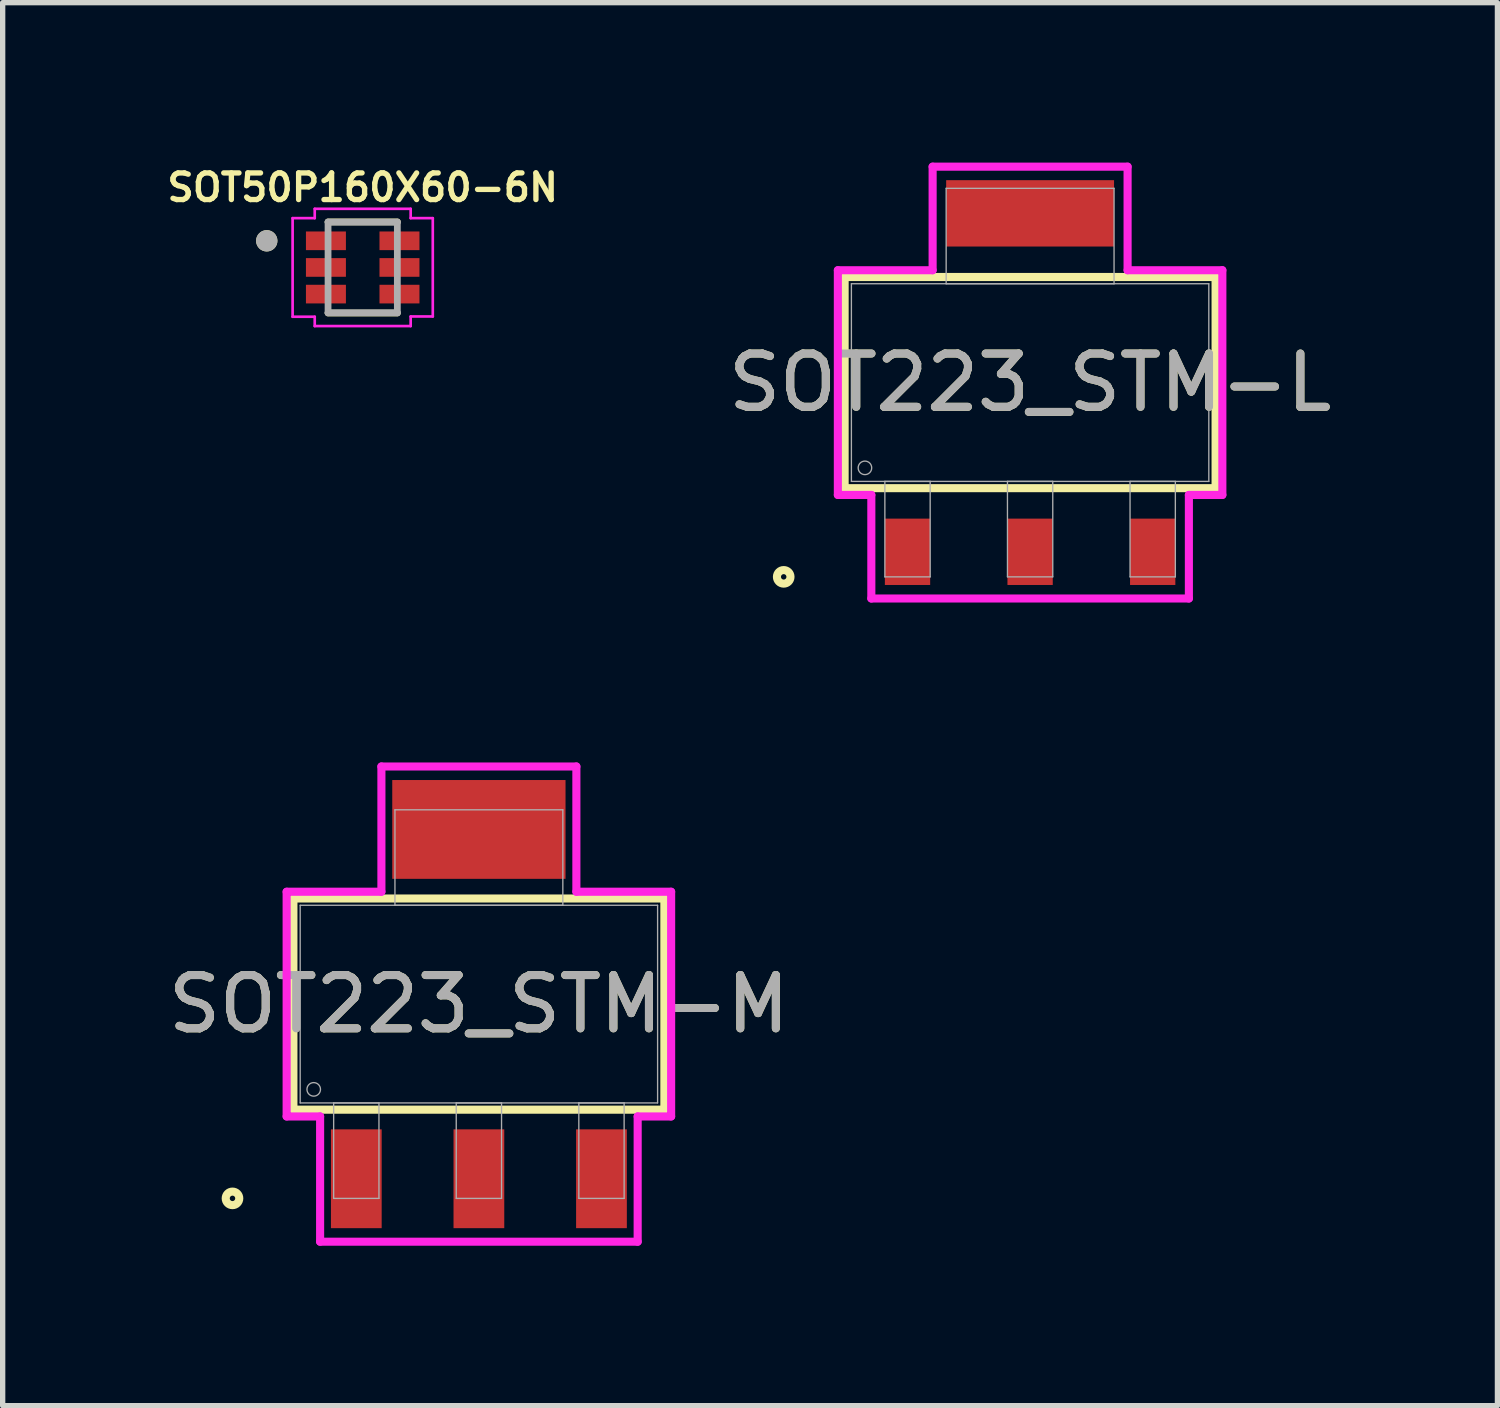
<source format=kicad_pcb>
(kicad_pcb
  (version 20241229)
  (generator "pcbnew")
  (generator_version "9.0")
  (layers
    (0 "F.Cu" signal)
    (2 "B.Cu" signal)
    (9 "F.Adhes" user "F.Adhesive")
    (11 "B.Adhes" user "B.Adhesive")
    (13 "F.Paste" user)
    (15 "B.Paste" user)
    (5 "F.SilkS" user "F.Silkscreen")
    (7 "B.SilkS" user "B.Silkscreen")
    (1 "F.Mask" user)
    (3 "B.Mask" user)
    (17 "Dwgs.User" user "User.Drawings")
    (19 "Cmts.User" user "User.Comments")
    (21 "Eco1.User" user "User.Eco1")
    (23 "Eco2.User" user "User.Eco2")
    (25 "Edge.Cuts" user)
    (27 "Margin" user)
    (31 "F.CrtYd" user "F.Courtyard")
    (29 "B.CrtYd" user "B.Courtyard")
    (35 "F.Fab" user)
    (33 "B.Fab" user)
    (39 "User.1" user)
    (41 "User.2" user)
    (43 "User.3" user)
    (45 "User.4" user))
  (footprint "SOT50P160X60-6N"
    (layer "F.Cu")
    (at 3.755 1.968)
    (property "Reference" "SOT50P160X60-6N" (at 0 -1.5 0) (layer "F.SilkS") (effects (font (size 0.5 0.5) (thickness 0.1))))
    (attr through_hole)
    (fp_line (start 0.65 -0.855) (end -0.65 -0.855) (stroke (width 0.127) (type solid)) (layer "F.SilkS"))
    (fp_line (start 0.65 0.855) (end -0.65 0.855) (stroke (width 0.127) (type solid)) (layer "F.SilkS"))
    (fp_circle (center -1.8 -0.5) (end -1.7 -0.5) (stroke (width 0.2) (type solid)) (fill no) (layer "F.SilkS"))
    (fp_line (start -1.315 -0.925) (end -0.9 -0.925) (stroke (width 0.05) (type solid)) (layer "F.CrtYd"))
    (fp_line (start -1.315 0.925) (end -1.315 -0.925) (stroke (width 0.05) (type solid)) (layer "F.CrtYd"))
    (fp_line (start -0.9 -1.1) (end 0.9 -1.1) (stroke (width 0.05) (type solid)) (layer "F.CrtYd"))
    (fp_line (start -0.9 -0.925) (end -0.9 -1.1) (stroke (width 0.05) (type solid)) (layer "F.CrtYd"))
    (fp_line (start -0.9 0.925) (end -1.315 0.925) (stroke (width 0.05) (type solid)) (layer "F.CrtYd"))
    (fp_line (start -0.9 1.1) (end -0.9 0.925) (stroke (width 0.05) (type solid)) (layer "F.CrtYd"))
    (fp_line (start 0.9 -1.1) (end 0.9 -0.925) (stroke (width 0.05) (type solid)) (layer "F.CrtYd"))
    (fp_line (start 0.9 -0.925) (end 1.315 -0.925) (stroke (width 0.05) (type solid)) (layer "F.CrtYd"))
    (fp_line (start 0.9 0.92) (end 0.9 1.1) (stroke (width 0.05) (type solid)) (layer "F.CrtYd"))
    (fp_line (start 0.9 1.1) (end -0.9 1.1) (stroke (width 0.05) (type solid)) (layer "F.CrtYd"))
    (fp_line (start 1.315 -0.925) (end 1.315 0.92) (stroke (width 0.05) (type solid)) (layer "F.CrtYd"))
    (fp_line (start 1.315 0.92) (end 0.9 0.92) (stroke (width 0.05) (type solid)) (layer "F.CrtYd"))
    (fp_line (start -0.65 -0.85) (end 0.65 -0.85) (stroke (width 0.127) (type solid)) (layer "F.Fab"))
    (fp_line (start -0.65 0.85) (end -0.65 -0.85) (stroke (width 0.127) (type solid)) (layer "F.Fab"))
    (fp_line (start 0.65 -0.85) (end 0.65 0.85) (stroke (width 0.127) (type solid)) (layer "F.Fab"))
    (fp_line (start 0.65 0.85) (end -0.65 0.85) (stroke (width 0.127) (type solid)) (layer "F.Fab"))
    (fp_circle (center -1.8 -0.5) (end -1.7 -0.5) (stroke (width 0.2) (type solid)) (fill no) (layer "F.Fab"))
    (pad "1" smd rect (at -0.69 -0.5) (size 0.75 0.35) (layers "F.Cu" "F.Mask" "F.Paste"))
    (pad "2" smd rect (at -0.69 0) (size 0.75 0.35) (layers "F.Cu" "F.Mask" "F.Paste"))
    (pad "3" smd rect (at -0.69 0.5) (size 0.75 0.35) (layers "F.Cu" "F.Mask" "F.Paste"))
    (pad "4" smd rect (at 0.69 0.5) (size 0.75 0.35) (layers "F.Cu" "F.Mask" "F.Paste"))
    (pad "5" smd rect (at 0.69 0) (size 0.75 0.35) (layers "F.Cu" "F.Mask" "F.Paste"))
    (pad "6" smd rect (at 0.69 -0.5) (size 0.75 0.35) (layers "F.Cu" "F.Mask" "F.Paste")))
  (footprint "SOT223_STM-M"
    (layer "F.Cu")
    (at 5.935 15.789)
    (property "Reference" "SOT223_STM-M" (at 0 0 0) (unlocked yes) (layer "F.SilkS") (effects (font (size 1 1) (thickness 0.15))))
    (attr smd)
    (fp_line (start -3.48 -1.981) (end -3.48 1.981) (stroke (width 0.152) (type solid)) (layer "F.SilkS"))
    (fp_line (start -3.48 1.981) (end 3.48 1.981) (stroke (width 0.152) (type solid)) (layer "F.SilkS"))
    (fp_line (start 3.48 -1.981) (end -3.48 -1.981) (stroke (width 0.152) (type solid)) (layer "F.SilkS"))
    (fp_line (start 3.48 1.981) (end 3.48 -1.981) (stroke (width 0.152) (type solid)) (layer "F.SilkS"))
    (fp_circle (center -4.623 3.645) (end -4.496 3.645) (stroke (width 0.152) (type solid)) (fill no) (layer "F.SilkS"))
    (fp_line (start -3.607 -2.108) (end -1.829 -2.108) (stroke (width 0.152) (type solid)) (layer "F.CrtYd"))
    (fp_line (start -3.607 2.108) (end -3.607 -2.108) (stroke (width 0.152) (type solid)) (layer "F.CrtYd"))
    (fp_line (start -2.979 2.108) (end -3.607 2.108) (stroke (width 0.152) (type solid)) (layer "F.CrtYd"))
    (fp_line (start -2.979 4.458) (end -2.979 2.108) (stroke (width 0.152) (type solid)) (layer "F.CrtYd"))
    (fp_line (start -1.829 -4.458) (end 1.829 -4.458) (stroke (width 0.152) (type solid)) (layer "F.CrtYd"))
    (fp_line (start -1.829 -2.108) (end -1.829 -4.458) (stroke (width 0.152) (type solid)) (layer "F.CrtYd"))
    (fp_line (start 1.829 -4.458) (end 1.829 -2.108) (stroke (width 0.152) (type solid)) (layer "F.CrtYd"))
    (fp_line (start 1.829 -2.108) (end 3.607 -2.108) (stroke (width 0.152) (type solid)) (layer "F.CrtYd"))
    (fp_line (start 2.979 2.108) (end 2.979 4.458) (stroke (width 0.152) (type solid)) (layer "F.CrtYd"))
    (fp_line (start 2.979 4.458) (end -2.979 4.458) (stroke (width 0.152) (type solid)) (layer "F.CrtYd"))
    (fp_line (start 3.607 -2.108) (end 3.607 2.108) (stroke (width 0.152) (type solid)) (layer "F.CrtYd"))
    (fp_line (start 3.607 2.108) (end 2.979 2.108) (stroke (width 0.152) (type solid)) (layer "F.CrtYd"))
    (fp_line (start -3.353 -1.854) (end -3.353 1.854) (stroke (width 0.025) (type solid)) (layer "F.Fab"))
    (fp_line (start -3.353 1.854) (end 3.353 1.854) (stroke (width 0.025) (type solid)) (layer "F.Fab"))
    (fp_line (start -2.725 1.854) (end -2.725 3.645) (stroke (width 0.025) (type solid)) (layer "F.Fab"))
    (fp_line (start -2.725 3.645) (end -1.875 3.645) (stroke (width 0.025) (type solid)) (layer "F.Fab"))
    (fp_line (start -1.875 1.854) (end -2.725 1.854) (stroke (width 0.025) (type solid)) (layer "F.Fab"))
    (fp_line (start -1.875 3.645) (end -1.875 1.854) (stroke (width 0.025) (type solid)) (layer "F.Fab"))
    (fp_line (start -1.575 -3.645) (end -1.575 -1.854) (stroke (width 0.025) (type solid)) (layer "F.Fab"))
    (fp_line (start -1.575 -1.854) (end 1.575 -1.854) (stroke (width 0.025) (type solid)) (layer "F.Fab"))
    (fp_line (start -0.425 1.854) (end -0.425 3.645) (stroke (width 0.025) (type solid)) (layer "F.Fab"))
    (fp_line (start -0.425 3.645) (end 0.425 3.645) (stroke (width 0.025) (type solid)) (layer "F.Fab"))
    (fp_line (start 0.425 1.854) (end -0.425 1.854) (stroke (width 0.025) (type solid)) (layer "F.Fab"))
    (fp_line (start 0.425 3.645) (end 0.425 1.854) (stroke (width 0.025) (type solid)) (layer "F.Fab"))
    (fp_line (start 1.575 -3.645) (end -1.575 -3.645) (stroke (width 0.025) (type solid)) (layer "F.Fab"))
    (fp_line (start 1.575 -1.854) (end 1.575 -3.645) (stroke (width 0.025) (type solid)) (layer "F.Fab"))
    (fp_line (start 1.875 1.854) (end 1.875 3.645) (stroke (width 0.025) (type solid)) (layer "F.Fab"))
    (fp_line (start 1.875 3.645) (end 2.725 3.645) (stroke (width 0.025) (type solid)) (layer "F.Fab"))
    (fp_line (start 2.725 1.854) (end 1.875 1.854) (stroke (width 0.025) (type solid)) (layer "F.Fab"))
    (fp_line (start 2.725 3.645) (end 2.725 1.854) (stroke (width 0.025) (type solid)) (layer "F.Fab"))
    (fp_line (start 3.353 -1.854) (end -3.353 -1.854) (stroke (width 0.025) (type solid)) (layer "F.Fab"))
    (fp_line (start 3.353 1.854) (end 3.353 -1.854) (stroke (width 0.025) (type solid)) (layer "F.Fab"))
    (fp_circle (center -3.099 1.6) (end -2.972 1.6) (stroke (width 0.025) (type solid)) (fill no) (layer "F.Fab"))
    (fp_text user "${REFERENCE}" (at 0 0 0) (unlocked yes) (layer "F.Fab") (effects (font (size 1 1) (thickness 0.15))))
    (pad "1" smd rect (at -2.3 3.277) (size 0.952 1.854) (layers "F.Cu" "F.Mask" "F.Paste"))
    (pad "2" smd rect (at 0 3.277) (size 0.952 1.854) (layers "F.Cu" "F.Mask" "F.Paste"))
    (pad "3" smd rect (at 2.3 3.277) (size 0.952 1.854) (layers "F.Cu" "F.Mask" "F.Paste"))
    (pad "4" smd rect (at 0 -3.277) (size 3.251 1.854) (layers "F.Cu" "F.Mask" "F.Paste")))
  (footprint "SOT223_STM-L"
    (layer "F.Cu")
    (at 16.277 4.128)
    (property "Reference" "SOT223_STM-L" (at 0 0 0) (unlocked yes) (layer "F.SilkS") (effects (font (size 1 1) (thickness 0.15))))
    (attr smd)
    (fp_line (start -3.48 -1.981) (end -3.48 1.981) (stroke (width 0.152) (type solid)) (layer "F.SilkS"))
    (fp_line (start -3.48 1.981) (end 3.48 1.981) (stroke (width 0.152) (type solid)) (layer "F.SilkS"))
    (fp_line (start 3.48 -1.981) (end -3.48 -1.981) (stroke (width 0.152) (type solid)) (layer "F.SilkS"))
    (fp_line (start 3.48 1.981) (end 3.48 -1.981) (stroke (width 0.152) (type solid)) (layer "F.SilkS"))
    (fp_circle (center -4.623 3.645) (end -4.496 3.645) (stroke (width 0.152) (type solid)) (fill no) (layer "F.SilkS"))
    (fp_line (start -3.607 -2.108) (end -1.829 -2.108) (stroke (width 0.152) (type solid)) (layer "F.CrtYd"))
    (fp_line (start -3.607 2.108) (end -3.607 -2.108) (stroke (width 0.152) (type solid)) (layer "F.CrtYd"))
    (fp_line (start -2.979 2.108) (end -3.607 2.108) (stroke (width 0.152) (type solid)) (layer "F.CrtYd"))
    (fp_line (start -2.979 4.051) (end -2.979 2.108) (stroke (width 0.152) (type solid)) (layer "F.CrtYd"))
    (fp_line (start -1.829 -4.051) (end 1.829 -4.051) (stroke (width 0.152) (type solid)) (layer "F.CrtYd"))
    (fp_line (start -1.829 -2.108) (end -1.829 -4.051) (stroke (width 0.152) (type solid)) (layer "F.CrtYd"))
    (fp_line (start 1.829 -4.051) (end 1.829 -2.108) (stroke (width 0.152) (type solid)) (layer "F.CrtYd"))
    (fp_line (start 1.829 -2.108) (end 3.607 -2.108) (stroke (width 0.152) (type solid)) (layer "F.CrtYd"))
    (fp_line (start 2.979 2.108) (end 2.979 4.051) (stroke (width 0.152) (type solid)) (layer "F.CrtYd"))
    (fp_line (start 2.979 4.051) (end -2.979 4.051) (stroke (width 0.152) (type solid)) (layer "F.CrtYd"))
    (fp_line (start 3.607 -2.108) (end 3.607 2.108) (stroke (width 0.152) (type solid)) (layer "F.CrtYd"))
    (fp_line (start 3.607 2.108) (end 2.979 2.108) (stroke (width 0.152) (type solid)) (layer "F.CrtYd"))
    (fp_line (start -3.353 -1.854) (end -3.353 1.854) (stroke (width 0.025) (type solid)) (layer "F.Fab"))
    (fp_line (start -3.353 1.854) (end 3.353 1.854) (stroke (width 0.025) (type solid)) (layer "F.Fab"))
    (fp_line (start -2.725 1.854) (end -2.725 3.645) (stroke (width 0.025) (type solid)) (layer "F.Fab"))
    (fp_line (start -2.725 3.645) (end -1.875 3.645) (stroke (width 0.025) (type solid)) (layer "F.Fab"))
    (fp_line (start -1.875 1.854) (end -2.725 1.854) (stroke (width 0.025) (type solid)) (layer "F.Fab"))
    (fp_line (start -1.875 3.645) (end -1.875 1.854) (stroke (width 0.025) (type solid)) (layer "F.Fab"))
    (fp_line (start -1.575 -3.645) (end -1.575 -1.854) (stroke (width 0.025) (type solid)) (layer "F.Fab"))
    (fp_line (start -1.575 -1.854) (end 1.575 -1.854) (stroke (width 0.025) (type solid)) (layer "F.Fab"))
    (fp_line (start -0.425 1.854) (end -0.425 3.645) (stroke (width 0.025) (type solid)) (layer "F.Fab"))
    (fp_line (start -0.425 3.645) (end 0.425 3.645) (stroke (width 0.025) (type solid)) (layer "F.Fab"))
    (fp_line (start 0.425 1.854) (end -0.425 1.854) (stroke (width 0.025) (type solid)) (layer "F.Fab"))
    (fp_line (start 0.425 3.645) (end 0.425 1.854) (stroke (width 0.025) (type solid)) (layer "F.Fab"))
    (fp_line (start 1.575 -3.645) (end -1.575 -3.645) (stroke (width 0.025) (type solid)) (layer "F.Fab"))
    (fp_line (start 1.575 -1.854) (end 1.575 -3.645) (stroke (width 0.025) (type solid)) (layer "F.Fab"))
    (fp_line (start 1.875 1.854) (end 1.875 3.645) (stroke (width 0.025) (type solid)) (layer "F.Fab"))
    (fp_line (start 1.875 3.645) (end 2.725 3.645) (stroke (width 0.025) (type solid)) (layer "F.Fab"))
    (fp_line (start 2.725 1.854) (end 1.875 1.854) (stroke (width 0.025) (type solid)) (layer "F.Fab"))
    (fp_line (start 2.725 3.645) (end 2.725 1.854) (stroke (width 0.025) (type solid)) (layer "F.Fab"))
    (fp_line (start 3.353 -1.854) (end -3.353 -1.854) (stroke (width 0.025) (type solid)) (layer "F.Fab"))
    (fp_line (start 3.353 1.854) (end 3.353 -1.854) (stroke (width 0.025) (type solid)) (layer "F.Fab"))
    (fp_circle (center -3.099 1.6) (end -2.972 1.6) (stroke (width 0.025) (type solid)) (fill no) (layer "F.Fab"))
    (fp_text user "${REFERENCE}" (at 0 0 0) (unlocked yes) (layer "F.Fab") (effects (font (size 1 1) (thickness 0.15))))
    (pad "1" smd rect (at -2.3 3.175) (size 0.85 1.245) (layers "F.Cu" "F.Mask" "F.Paste"))
    (pad "2" smd rect (at 0 3.175) (size 0.85 1.245) (layers "F.Cu" "F.Mask" "F.Paste"))
    (pad "3" smd rect (at 2.3 3.175) (size 0.85 1.245) (layers "F.Cu" "F.Mask" "F.Paste"))
    (pad "4" smd rect (at 0 -3.175) (size 3.15 1.245) (layers "F.Cu" "F.Mask" "F.Paste")))
  (gr_rect
    (start -3 -3)
    (end 25.045 23.323)
    (stroke (width 0.1) (type default))
    (fill no)
    (layer "Edge.Cuts")))
</source>
